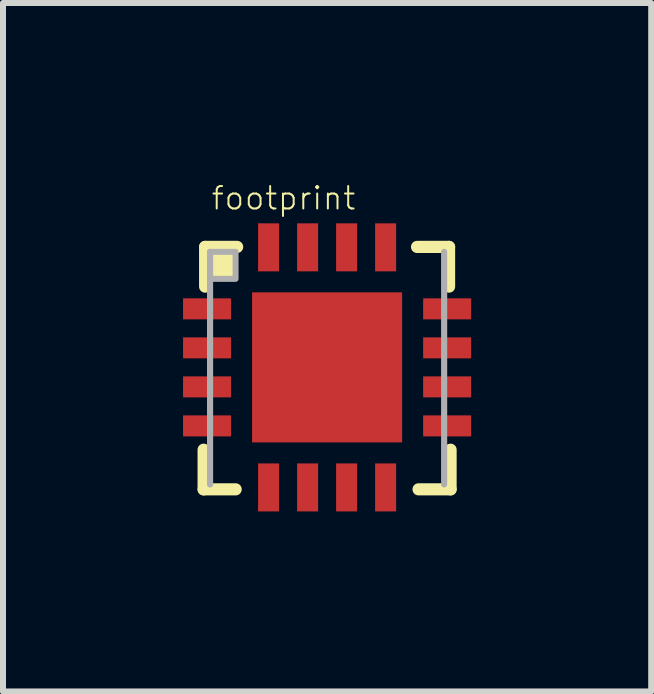
<source format=kicad_pcb>
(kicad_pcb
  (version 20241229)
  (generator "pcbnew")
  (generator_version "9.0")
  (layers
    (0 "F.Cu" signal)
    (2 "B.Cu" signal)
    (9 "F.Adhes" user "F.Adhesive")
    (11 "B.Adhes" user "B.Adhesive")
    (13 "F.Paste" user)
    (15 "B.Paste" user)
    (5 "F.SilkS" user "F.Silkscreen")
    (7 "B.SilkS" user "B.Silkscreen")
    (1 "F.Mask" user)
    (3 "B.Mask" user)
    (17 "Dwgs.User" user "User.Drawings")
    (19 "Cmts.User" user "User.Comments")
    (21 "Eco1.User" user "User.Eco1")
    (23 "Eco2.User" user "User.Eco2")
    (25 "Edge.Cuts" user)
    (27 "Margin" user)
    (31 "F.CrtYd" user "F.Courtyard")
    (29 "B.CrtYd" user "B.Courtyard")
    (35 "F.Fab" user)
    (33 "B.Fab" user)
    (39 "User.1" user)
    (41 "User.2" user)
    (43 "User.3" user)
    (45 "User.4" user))
  (footprint "footprint"
    (layer "F.Cu")
    (at 2.4 3.071)
    (property "Reference" "footprint" (at -1.95 -2.6 0) (layer "F.SilkS") (effects (font (size 0.374 0.374) (thickness 0.033)) (justify left bottom)))
    (fp_poly (pts (xy -1.3 1.3) (xy 1.3 1.3) (xy 1.3 -1.3) (xy -1.3 -1.3)) (stroke (width 0) (type solid)) (fill yes) (layer "F.Mask"))
    (fp_line (start -2.057 2.032) (end -2.057 1.372) (stroke (width 0.203) (type solid)) (layer "F.SilkS"))
    (fp_line (start -2.032 -2.007) (end -2.032 -1.346) (stroke (width 0.203) (type solid)) (layer "F.SilkS"))
    (fp_line (start -2.032 -2.007) (end -1.499 -2.007) (stroke (width 0.203) (type solid)) (layer "F.SilkS"))
    (fp_line (start -1.524 2.032) (end -2.057 2.032) (stroke (width 0.203) (type solid)) (layer "F.SilkS"))
    (fp_line (start 1.499 -2.007) (end 2.032 -2.007) (stroke (width 0.203) (type solid)) (layer "F.SilkS"))
    (fp_line (start 2.032 -2.007) (end 2.032 -1.346) (stroke (width 0.203) (type solid)) (layer "F.SilkS"))
    (fp_line (start 2.057 2.032) (end 1.524 2.032) (stroke (width 0.203) (type solid)) (layer "F.SilkS"))
    (fp_line (start 2.057 2.032) (end 2.057 1.372) (stroke (width 0.203) (type solid)) (layer "F.SilkS"))
    (fp_poly (pts (xy -1.95 -1.475) (xy -1.525 -1.475) (xy -1.525 -1.925) (xy -1.95 -1.925)) (stroke (width 0) (type solid)) (fill yes) (layer "F.SilkS"))
    (fp_poly (pts (xy -1 -0.2) (xy -0.2 -0.2) (xy -0.2 -1) (xy -1 -1)) (stroke (width 0) (type solid)) (fill yes) (layer "F.Paste"))
    (fp_poly (pts (xy -1 1) (xy -0.2 1) (xy -0.2 0.2) (xy -1 0.2)) (stroke (width 0) (type solid)) (fill yes) (layer "F.Paste"))
    (fp_poly (pts (xy 0.2 -0.2) (xy 1 -0.2) (xy 1 -1) (xy 0.2 -1)) (stroke (width 0) (type solid)) (fill yes) (layer "F.Paste"))
    (fp_poly (pts (xy 0.2 1) (xy 1 1) (xy 1 0.2) (xy 0.2 0.2)) (stroke (width 0) (type solid)) (fill yes) (layer "F.Paste"))
    (fp_line (start -1.95 -1.925) (end -1.95 1.95) (stroke (width 0.102) (type solid)) (layer "F.Fab"))
    (fp_line (start 1.95 1.95) (end 1.95 -1.925) (stroke (width 0.102) (type solid)) (layer "F.Fab"))
    (fp_poly (pts (xy -1.95 -1.475) (xy -1.525 -1.475) (xy -1.525 -1.925) (xy -1.95 -1.925)) (stroke (width 0.1) (type solid)) (fill no) (layer "F.Fab"))
    (pad "1" smd rect (at -2 -0.975) (size 0.8 0.35) (layers "F.Cu" "F.Mask" "F.Paste"))
    (pad "2" smd rect (at -2 -0.325) (size 0.8 0.35) (layers "F.Cu" "F.Mask" "F.Paste"))
    (pad "3" smd rect (at -2 0.325) (size 0.8 0.35) (layers "F.Cu" "F.Mask" "F.Paste"))
    (pad "4" smd rect (at -2 0.975) (size 0.8 0.35) (layers "F.Cu" "F.Mask" "F.Paste"))
    (pad "5" smd rect (at -0.975 2 90) (size 0.8 0.35) (layers "F.Cu" "F.Mask" "F.Paste"))
    (pad "6" smd rect (at -0.325 2 90) (size 0.8 0.35) (layers "F.Cu" "F.Mask" "F.Paste"))
    (pad "7" smd rect (at 0.325 2 90) (size 0.8 0.35) (layers "F.Cu" "F.Mask" "F.Paste"))
    (pad "8" smd rect (at 0.975 2 90) (size 0.8 0.35) (layers "F.Cu" "F.Mask" "F.Paste"))
    (pad "9" smd rect (at 2 0.975 180) (size 0.8 0.35) (layers "F.Cu" "F.Mask" "F.Paste"))
    (pad "10" smd rect (at 2 0.325 180) (size 0.8 0.35) (layers "F.Cu" "F.Mask" "F.Paste"))
    (pad "11" smd rect (at 2 -0.325 180) (size 0.8 0.35) (layers "F.Cu" "F.Mask" "F.Paste"))
    (pad "12" smd rect (at 2 -0.975 180) (size 0.8 0.35) (layers "F.Cu" "F.Mask" "F.Paste"))
    (pad "13" smd rect (at 0.975 -2 270) (size 0.8 0.35) (layers "F.Cu" "F.Mask" "F.Paste"))
    (pad "14" smd rect (at 0.325 -2 270) (size 0.8 0.35) (layers "F.Cu" "F.Mask" "F.Paste"))
    (pad "15" smd rect (at -0.325 -2 270) (size 0.8 0.35) (layers "F.Cu" "F.Mask" "F.Paste"))
    (pad "16" smd rect (at -0.975 -2 270) (size 0.8 0.35) (layers "F.Cu" "F.Mask" "F.Paste"))
    (pad "EXP" smd rect (at 0 0) (size 2.5 2.5) (layers "F.Cu")))
  (gr_rect
    (start -3 -3)
    (end 7.8 8.471)
    (stroke (width 0.1) (type default))
    (fill no)
    (layer "Edge.Cuts")))
</source>
